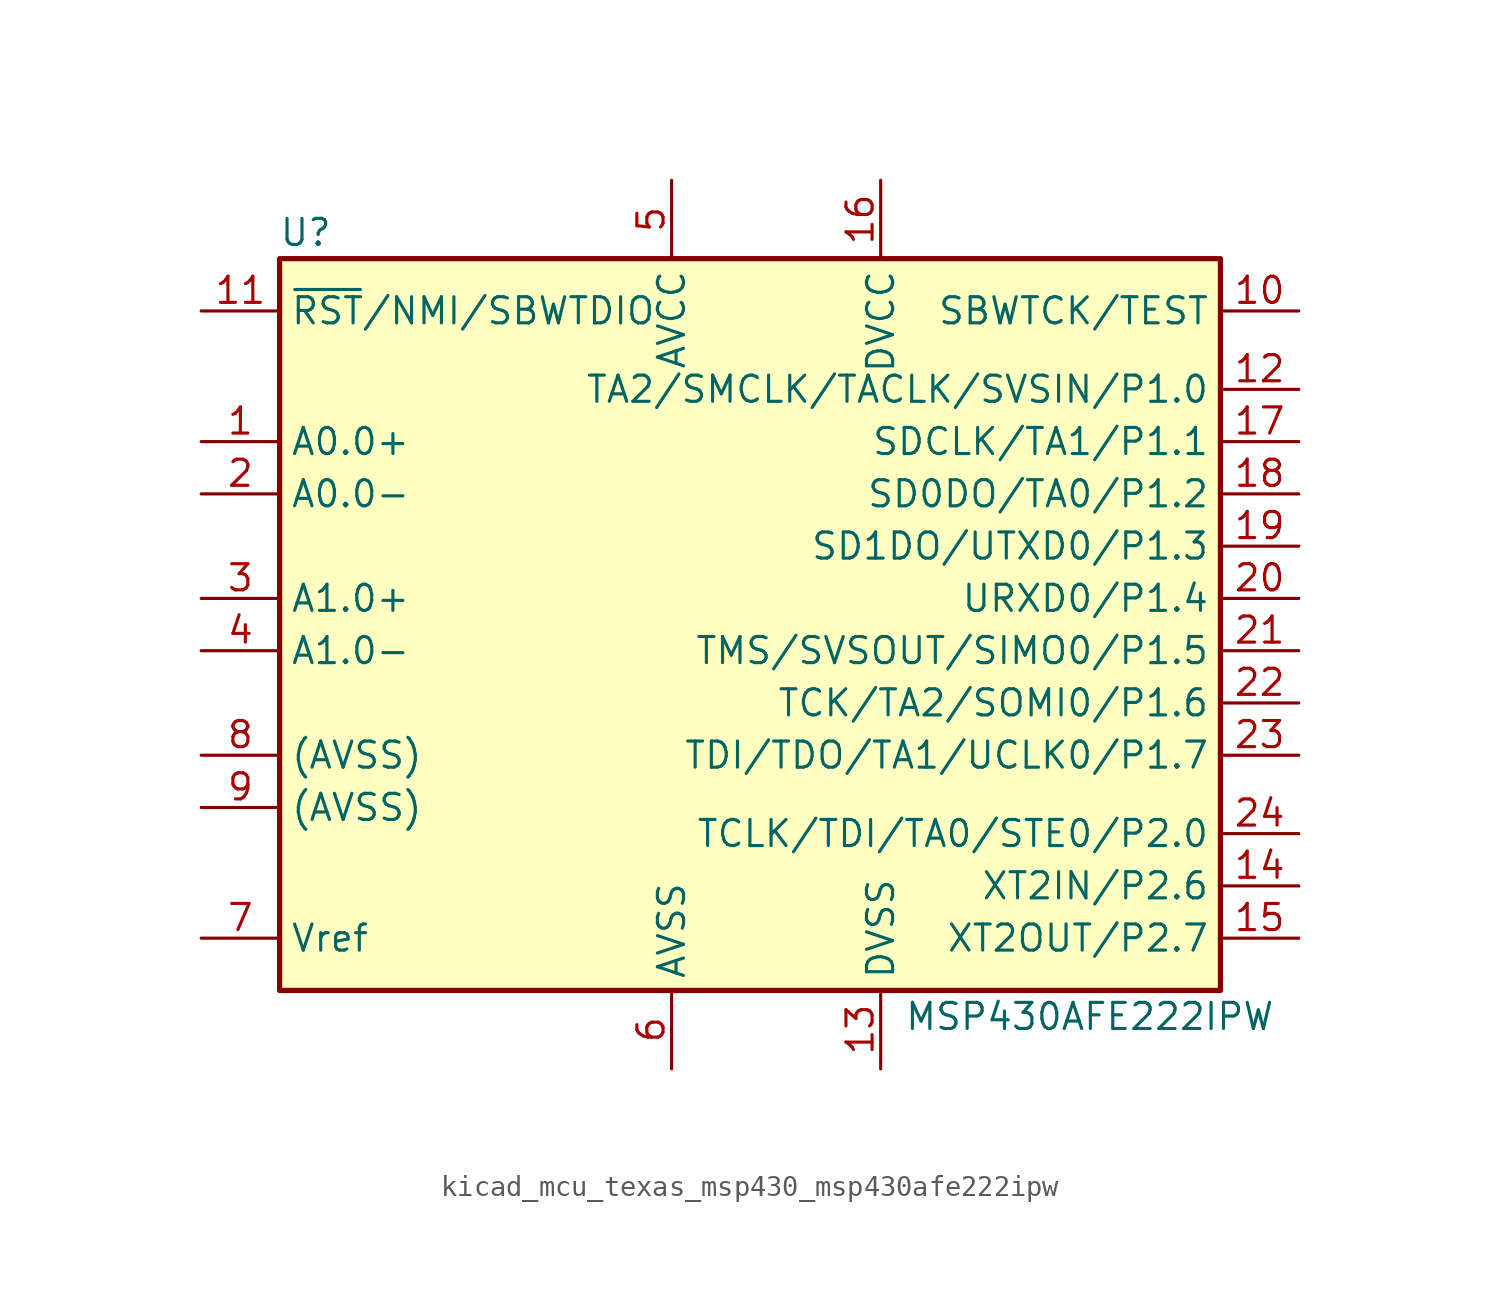
<source format=kicad_sym>
(kicad_symbol_lib
  (version 20220914)
  (generator kicad_symbol_editor)
  (symbol "kicad_mcu_texas_msp430_msp430afe222ipw"
    (property "Reference" "U"
      (at -22.86 19.05 0)
      (effects (font (size 1.27 1.27))))
    (property "Value" "MSP430AFE222IPW"
      (at 15.24 -19.05 0)
      (effects (font (size 1.27 1.27))))
    (symbol "kicad_mcu_texas_msp430_msp430afe222ipw_0_1"
      (rectangle (start -24.13 17.78) (end 21.59 -17.78) (stroke (width 0.254) (type default)) (fill (type background))))
    (symbol "kicad_mcu_texas_msp430_msp430afe222ipw_1_1"
      (pin passive line (at -27.94 8.89 0) (length 3.81) (name "A0.0+" (effects (font (size 1.27 1.27)))) (number "1" (effects (font (size 1.27 1.27)))))
      (pin input line (at 25.4 15.24 180) (length 3.81) (name "SBWTCK/TEST" (effects (font (size 1.27 1.27)))) (number "10" (effects (font (size 1.27 1.27)))))
      (pin input line (at -27.94 15.24 0) (length 3.81) (name "~{RST}/NMI/SBWTDIO" (effects (font (size 1.27 1.27)))) (number "11" (effects (font (size 1.27 1.27)))))
      (pin bidirectional line (at 25.4 11.43 180) (length 3.81) (name "TA2/SMCLK/TACLK/SVSIN/P1.0" (effects (font (size 1.27 1.27)))) (number "12" (effects (font (size 1.27 1.27)))))
      (pin power_in line (at 5.08 -21.59 90) (length 3.81) (name "DVSS" (effects (font (size 1.27 1.27)))) (number "13" (effects (font (size 1.27 1.27)))))
      (pin bidirectional line (at 25.4 -12.7 180) (length 3.81) (name "XT2IN/P2.6" (effects (font (size 1.27 1.27)))) (number "14" (effects (font (size 1.27 1.27)))))
      (pin bidirectional line (at 25.4 -15.24 180) (length 3.81) (name "XT2OUT/P2.7" (effects (font (size 1.27 1.27)))) (number "15" (effects (font (size 1.27 1.27)))))
      (pin power_in line (at 5.08 21.59 270) (length 3.81) (name "DVCC" (effects (font (size 1.27 1.27)))) (number "16" (effects (font (size 1.27 1.27)))))
      (pin bidirectional line (at 25.4 8.89 180) (length 3.81) (name "SDCLK/TA1/P1.1" (effects (font (size 1.27 1.27)))) (number "17" (effects (font (size 1.27 1.27)))))
      (pin bidirectional line (at 25.4 6.35 180) (length 3.81) (name "SD0DO/TA0/P1.2" (effects (font (size 1.27 1.27)))) (number "18" (effects (font (size 1.27 1.27)))))
      (pin bidirectional line (at 25.4 3.81 180) (length 3.81) (name "SD1DO/UTXD0/P1.3" (effects (font (size 1.27 1.27)))) (number "19" (effects (font (size 1.27 1.27)))))
      (pin passive line (at -27.94 6.35 0) (length 3.81) (name "A0.0-" (effects (font (size 1.27 1.27)))) (number "2" (effects (font (size 1.27 1.27)))))
      (pin bidirectional line (at 25.4 1.27 180) (length 3.81) (name "URXD0/P1.4" (effects (font (size 1.27 1.27)))) (number "20" (effects (font (size 1.27 1.27)))))
      (pin bidirectional line (at 25.4 -1.27 180) (length 3.81) (name "TMS/SVSOUT/SIMO0/P1.5" (effects (font (size 1.27 1.27)))) (number "21" (effects (font (size 1.27 1.27)))))
      (pin bidirectional line (at 25.4 -3.81 180) (length 3.81) (name "TCK/TA2/SOMI0/P1.6" (effects (font (size 1.27 1.27)))) (number "22" (effects (font (size 1.27 1.27)))))
      (pin bidirectional line (at 25.4 -6.35 180) (length 3.81) (name "TDI/TDO/TA1/UCLK0/P1.7" (effects (font (size 1.27 1.27)))) (number "23" (effects (font (size 1.27 1.27)))))
      (pin bidirectional line (at 25.4 -10.16 180) (length 3.81) (name "TCLK/TDI/TA0/STE0/P2.0" (effects (font (size 1.27 1.27)))) (number "24" (effects (font (size 1.27 1.27)))))
      (pin passive line (at -27.94 1.27 0) (length 3.81) (name "A1.0+" (effects (font (size 1.27 1.27)))) (number "3" (effects (font (size 1.27 1.27)))))
      (pin passive line (at -27.94 -1.27 0) (length 3.81) (name "A1.0-" (effects (font (size 1.27 1.27)))) (number "4" (effects (font (size 1.27 1.27)))))
      (pin power_in line (at -5.08 21.59 270) (length 3.81) (name "AVCC" (effects (font (size 1.27 1.27)))) (number "5" (effects (font (size 1.27 1.27)))))
      (pin power_in line (at -5.08 -21.59 90) (length 3.81) (name "AVSS" (effects (font (size 1.27 1.27)))) (number "6" (effects (font (size 1.27 1.27)))))
      (pin passive line (at -27.94 -15.24 0) (length 3.81) (name "Vref" (effects (font (size 1.27 1.27)))) (number "7" (effects (font (size 1.27 1.27)))))
      (pin passive line (at -27.94 -6.35 0) (length 3.81) (name "(AVSS)" (effects (font (size 1.27 1.27)))) (number "8" (effects (font (size 1.27 1.27)))))
      (pin passive line (at -27.94 -8.89 0) (length 3.81) (name "(AVSS)" (effects (font (size 1.27 1.27)))) (number "9" (effects (font (size 1.27 1.27))))))))
</source>
